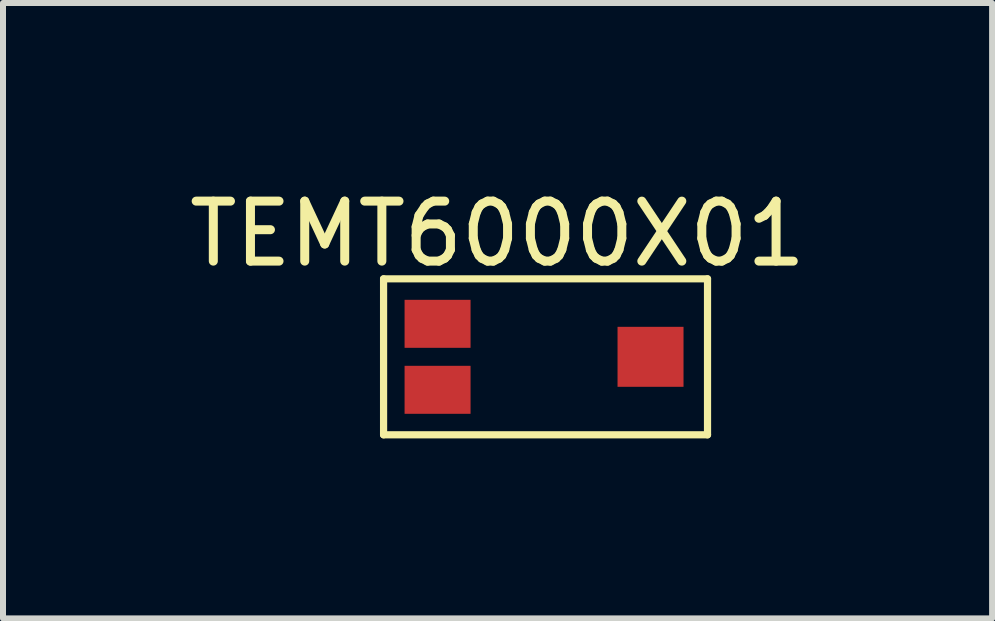
<source format=kicad_pcb>
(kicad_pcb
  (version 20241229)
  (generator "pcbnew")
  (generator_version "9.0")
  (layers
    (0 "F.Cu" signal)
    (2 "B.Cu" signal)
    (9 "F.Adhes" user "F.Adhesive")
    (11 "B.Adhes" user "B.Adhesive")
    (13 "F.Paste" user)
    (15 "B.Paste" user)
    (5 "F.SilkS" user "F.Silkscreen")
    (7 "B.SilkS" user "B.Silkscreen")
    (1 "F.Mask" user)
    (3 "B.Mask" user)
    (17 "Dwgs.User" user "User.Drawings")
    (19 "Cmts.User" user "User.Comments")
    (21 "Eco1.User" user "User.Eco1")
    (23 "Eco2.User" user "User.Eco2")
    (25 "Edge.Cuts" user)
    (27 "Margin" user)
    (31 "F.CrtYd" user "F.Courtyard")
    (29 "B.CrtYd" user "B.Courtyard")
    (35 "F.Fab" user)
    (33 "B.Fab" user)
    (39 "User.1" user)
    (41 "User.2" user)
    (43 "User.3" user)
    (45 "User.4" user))
  (footprint "TEMT6000X01"
    (layer "F.Cu")
    (at 4.244 2.348)
    (property "Reference" "TEMT6000X01" (at 1 -1.5 0) (layer "F.SilkS") (effects (font (size 1 1) (thickness 0.15))))
    (attr through_hole)
    (fp_line (start -0.9 -0.75) (end -0.9 1.85) (stroke (width 0.12) (type solid)) (layer "F.SilkS"))
    (fp_line (start 4.5 -0.75) (end -0.9 -0.75) (stroke (width 0.12) (type solid)) (layer "F.SilkS"))
    (fp_line (start 4.5 -0.75) (end 4.5 1.85) (stroke (width 0.12) (type solid)) (layer "F.SilkS"))
    (fp_line (start 4.5 1.85) (end -0.9 1.85) (stroke (width 0.12) (type solid)) (layer "F.SilkS"))
    (pad "" smd rect (at 0 1.1) (size 1.1 0.8) (layers "F.Cu" "F.Mask" "F.Paste"))
    (pad "1" smd rect (at 0 0) (size 1.1 0.8) (layers "F.Cu" "F.Mask" "F.Paste"))
    (pad "2" smd rect (at 3.55 0.55) (size 1.1 1) (layers "F.Cu" "F.Mask" "F.Paste")))
  (gr_rect
    (start -3 -3)
    (end 13.488 7.258)
    (stroke (width 0.1) (type default))
    (fill no)
    (layer "Edge.Cuts")))
</source>
